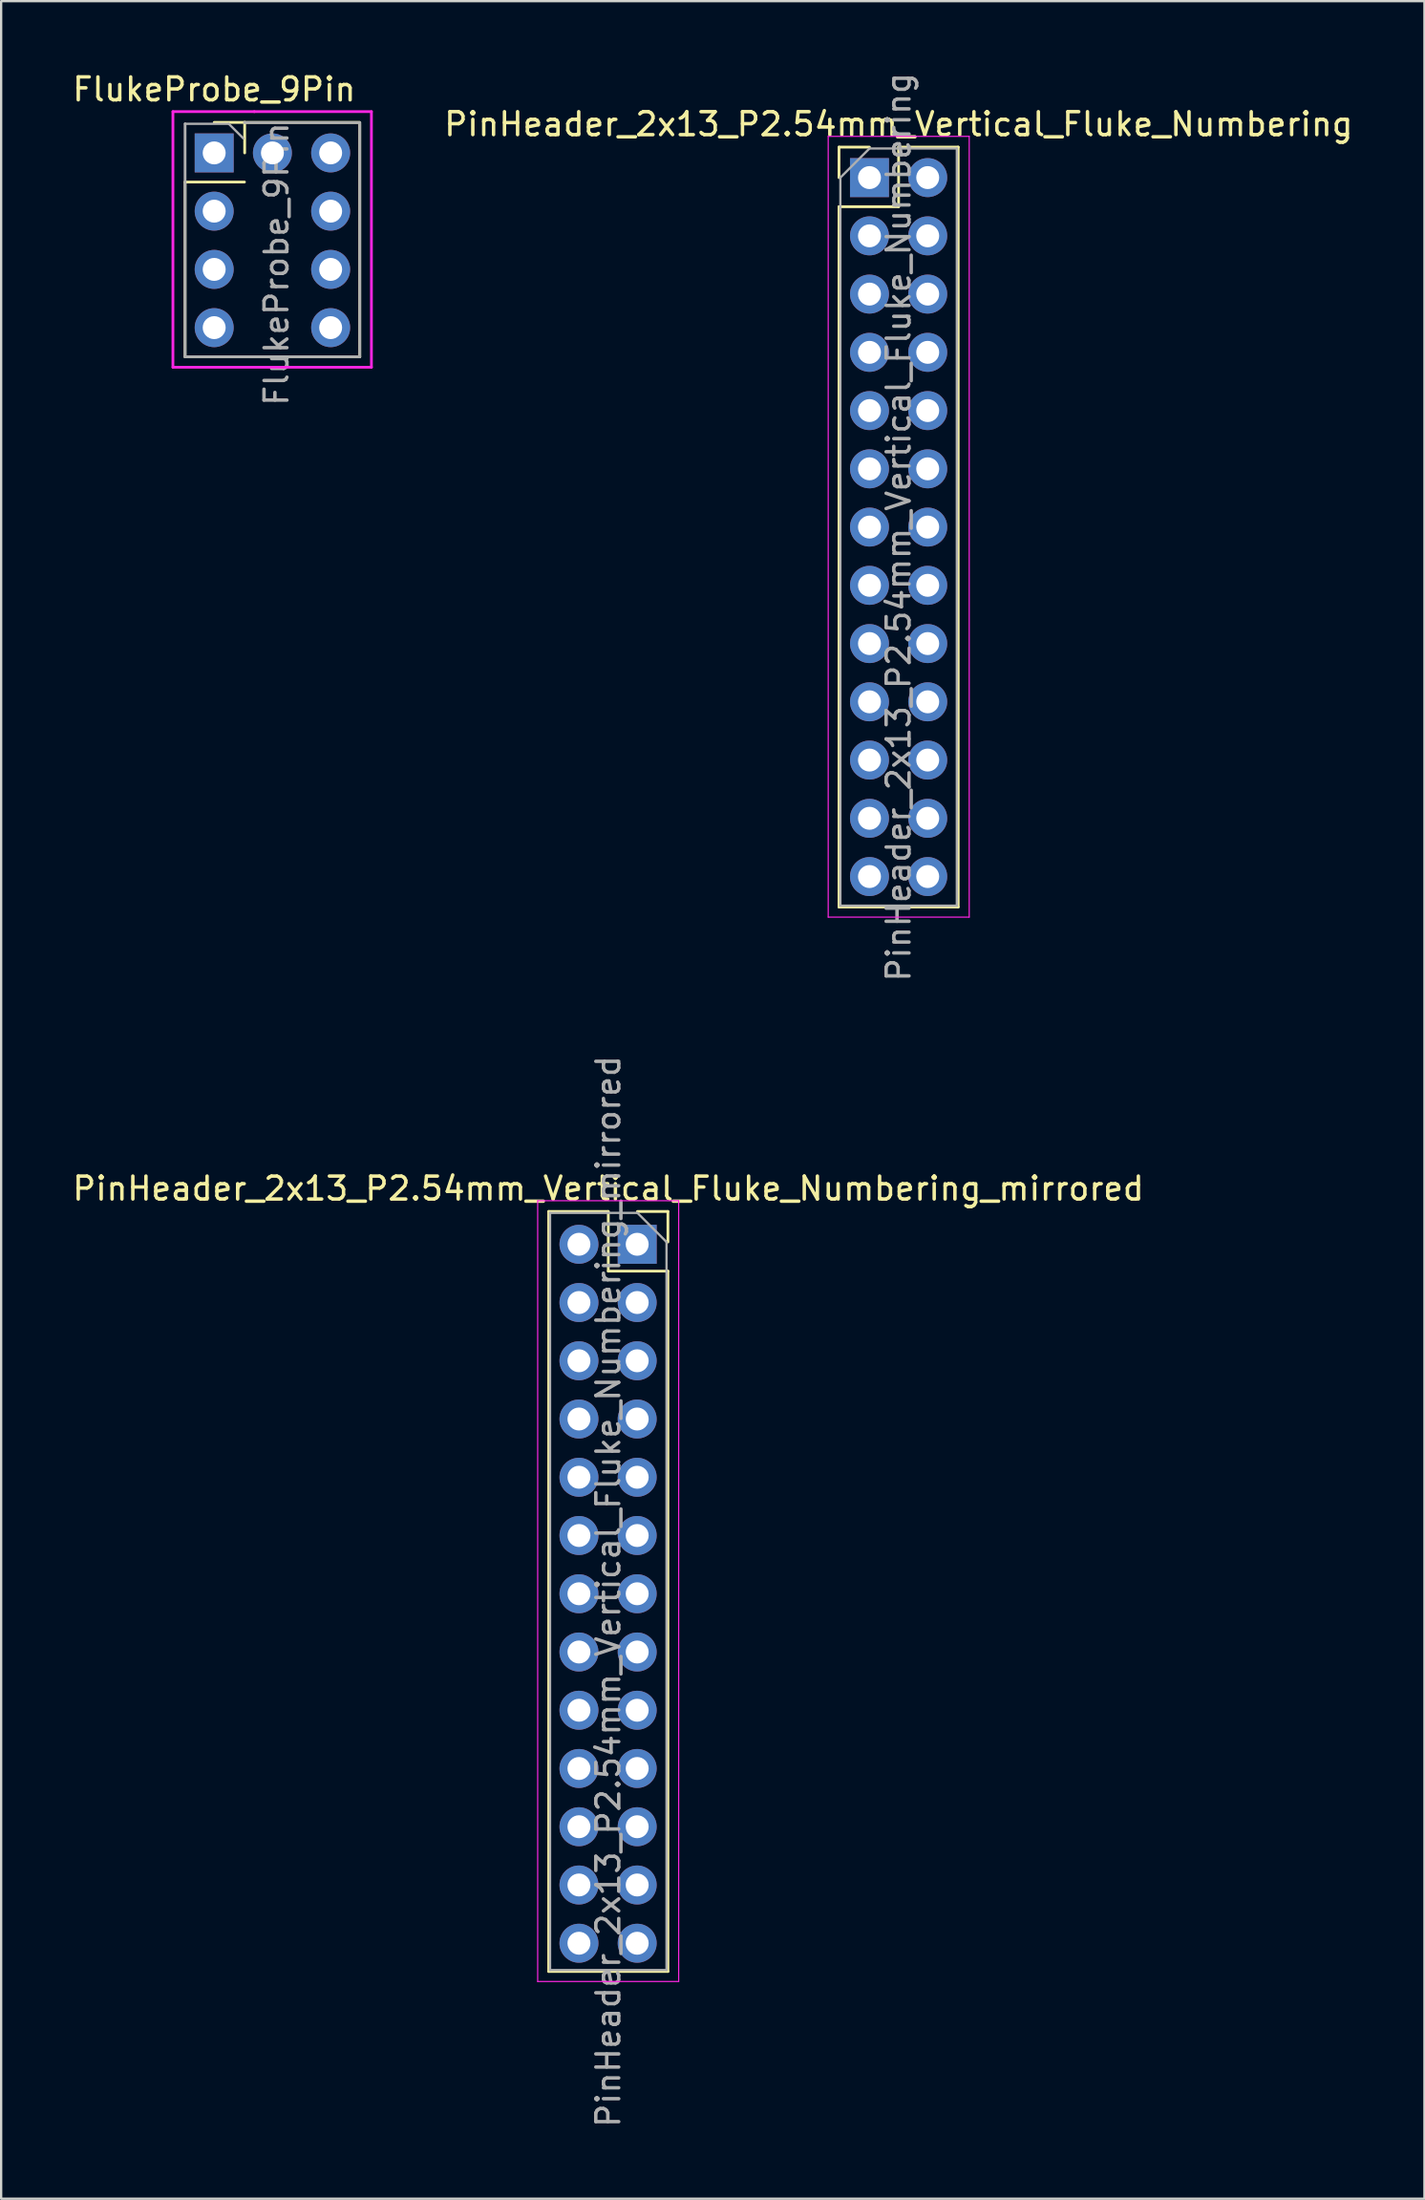
<source format=kicad_pcb>
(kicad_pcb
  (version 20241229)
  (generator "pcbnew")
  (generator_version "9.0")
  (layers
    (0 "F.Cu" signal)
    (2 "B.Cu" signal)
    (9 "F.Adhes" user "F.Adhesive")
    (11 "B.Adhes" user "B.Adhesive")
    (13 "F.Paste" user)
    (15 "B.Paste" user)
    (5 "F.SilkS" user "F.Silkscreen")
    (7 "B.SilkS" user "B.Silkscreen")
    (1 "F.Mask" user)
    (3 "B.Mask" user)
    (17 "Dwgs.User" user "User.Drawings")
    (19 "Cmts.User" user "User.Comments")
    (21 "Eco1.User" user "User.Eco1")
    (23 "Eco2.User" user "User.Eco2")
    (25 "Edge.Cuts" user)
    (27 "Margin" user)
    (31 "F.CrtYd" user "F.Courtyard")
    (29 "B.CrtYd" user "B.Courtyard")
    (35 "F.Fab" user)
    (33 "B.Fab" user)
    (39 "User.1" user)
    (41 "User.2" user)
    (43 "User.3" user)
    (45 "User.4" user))
  (footprint "PinHeader_2x13_P2.54mm_Vertical_Fluke_Numbering"
    (layer "F.Cu")
    (at 34.874 4.695)
    (property "Reference" "PinHeader_2x13_P2.54mm_Vertical_Fluke_Numbering" (at 1.27 -2.33 0) (layer "F.SilkS") (effects (font (size 1 1) (thickness 0.15))))
    (attr through_hole)
    (fp_line (start -1.33 -1.33) (end 0 -1.33) (stroke (width 0.12) (type solid)) (layer "F.SilkS"))
    (fp_line (start -1.33 0) (end -1.33 -1.33) (stroke (width 0.12) (type solid)) (layer "F.SilkS"))
    (fp_line (start -1.33 1.27) (end -1.33 31.81) (stroke (width 0.12) (type solid)) (layer "F.SilkS"))
    (fp_line (start -1.33 1.27) (end 1.27 1.27) (stroke (width 0.12) (type solid)) (layer "F.SilkS"))
    (fp_line (start -1.33 31.81) (end 3.87 31.81) (stroke (width 0.12) (type solid)) (layer "F.SilkS"))
    (fp_line (start 1.27 -1.33) (end 3.87 -1.33) (stroke (width 0.12) (type solid)) (layer "F.SilkS"))
    (fp_line (start 1.27 1.27) (end 1.27 -1.33) (stroke (width 0.12) (type solid)) (layer "F.SilkS"))
    (fp_line (start 3.87 -1.33) (end 3.87 31.81) (stroke (width 0.12) (type solid)) (layer "F.SilkS"))
    (fp_line (start -1.8 -1.8) (end -1.8 32.25) (stroke (width 0.05) (type solid)) (layer "F.CrtYd"))
    (fp_line (start -1.8 32.25) (end 4.35 32.25) (stroke (width 0.05) (type solid)) (layer "F.CrtYd"))
    (fp_line (start 4.35 -1.8) (end -1.8 -1.8) (stroke (width 0.05) (type solid)) (layer "F.CrtYd"))
    (fp_line (start 4.35 32.25) (end 4.35 -1.8) (stroke (width 0.05) (type solid)) (layer "F.CrtYd"))
    (fp_line (start -1.27 0) (end 0 -1.27) (stroke (width 0.1) (type solid)) (layer "F.Fab"))
    (fp_line (start -1.27 31.75) (end -1.27 0) (stroke (width 0.1) (type solid)) (layer "F.Fab"))
    (fp_line (start 0 -1.27) (end 3.81 -1.27) (stroke (width 0.1) (type solid)) (layer "F.Fab"))
    (fp_line (start 3.81 -1.27) (end 3.81 31.75) (stroke (width 0.1) (type solid)) (layer "F.Fab"))
    (fp_line (start 3.81 31.75) (end -1.27 31.75) (stroke (width 0.1) (type solid)) (layer "F.Fab"))
    (fp_text user "${REFERENCE}" (at 1.27 15.24 90) (layer "F.Fab") (effects (font (size 1 1) (thickness 0.15))))
    (pad "1" thru_hole oval (at 2.54 0) (size 1.7 1.7) (drill 1) (layers "*.Cu" "*.Mask"))
    (pad "2" thru_hole oval (at 2.54 2.54) (size 1.7 1.7) (drill 1) (layers "*.Cu" "*.Mask"))
    (pad "3" thru_hole oval (at 2.54 5.08) (size 1.7 1.7) (drill 1) (layers "*.Cu" "*.Mask"))
    (pad "4" thru_hole oval (at 2.54 7.62) (size 1.7 1.7) (drill 1) (layers "*.Cu" "*.Mask"))
    (pad "5" thru_hole oval (at 2.54 10.16) (size 1.7 1.7) (drill 1) (layers "*.Cu" "*.Mask"))
    (pad "6" thru_hole oval (at 2.54 12.7) (size 1.7 1.7) (drill 1) (layers "*.Cu" "*.Mask"))
    (pad "7" thru_hole oval (at 2.54 15.24) (size 1.7 1.7) (drill 1) (layers "*.Cu" "*.Mask"))
    (pad "8" thru_hole oval (at 2.54 17.78) (size 1.7 1.7) (drill 1) (layers "*.Cu" "*.Mask"))
    (pad "9" thru_hole oval (at 2.54 20.32) (size 1.7 1.7) (drill 1) (layers "*.Cu" "*.Mask"))
    (pad "10" thru_hole oval (at 2.54 22.86) (size 1.7 1.7) (drill 1) (layers "*.Cu" "*.Mask"))
    (pad "11" thru_hole oval (at 2.54 25.4) (size 1.7 1.7) (drill 1) (layers "*.Cu" "*.Mask"))
    (pad "12" thru_hole oval (at 2.54 27.94) (size 1.7 1.7) (drill 1) (layers "*.Cu" "*.Mask"))
    (pad "13" thru_hole oval (at 2.54 30.48) (size 1.7 1.7) (drill 1) (layers "*.Cu" "*.Mask"))
    (pad "14" thru_hole rect (at 0 0) (size 1.7 1.7) (drill 1) (layers "*.Cu" "*.Mask"))
    (pad "15" thru_hole oval (at 0 2.54) (size 1.7 1.7) (drill 1) (layers "*.Cu" "*.Mask"))
    (pad "16" thru_hole oval (at 0 5.08) (size 1.7 1.7) (drill 1) (layers "*.Cu" "*.Mask"))
    (pad "17" thru_hole oval (at 0 7.62) (size 1.7 1.7) (drill 1) (layers "*.Cu" "*.Mask"))
    (pad "18" thru_hole oval (at 0 10.16) (size 1.7 1.7) (drill 1) (layers "*.Cu" "*.Mask"))
    (pad "19" thru_hole oval (at 0 12.7) (size 1.7 1.7) (drill 1) (layers "*.Cu" "*.Mask"))
    (pad "20" thru_hole oval (at 0 15.24) (size 1.7 1.7) (drill 1) (layers "*.Cu" "*.Mask"))
    (pad "21" thru_hole oval (at 0 17.78) (size 1.7 1.7) (drill 1) (layers "*.Cu" "*.Mask"))
    (pad "22" thru_hole oval (at 0 20.32) (size 1.7 1.7) (drill 1) (layers "*.Cu" "*.Mask"))
    (pad "23" thru_hole oval (at 0 22.86) (size 1.7 1.7) (drill 1) (layers "*.Cu" "*.Mask"))
    (pad "24" thru_hole oval (at 0 25.4) (size 1.7 1.7) (drill 1) (layers "*.Cu" "*.Mask"))
    (pad "25" thru_hole oval (at 0 27.94) (size 1.7 1.7) (drill 1) (layers "*.Cu" "*.Mask"))
    (pad "26" thru_hole oval (at 0 30.48) (size 1.7 1.7) (drill 1) (layers "*.Cu" "*.Mask")))
  (footprint "FlukeProbe_9Pin"
    (layer "F.Cu")
    (at 6.292 3.618)
    (property "Reference" "FlukeProbe_9Pin" (at 0 -2.77 0) (layer "F.SilkS") (effects (font (size 1 1) (thickness 0.15))))
    (attr through_hole)
    (fp_line (start -1.27 1.27) (end 1.321 1.27) (stroke (width 0.12) (type solid)) (layer "F.SilkS"))
    (fp_line (start -1.27 8.89) (end -1.27 1.27) (stroke (width 0.12) (type solid)) (layer "F.SilkS"))
    (fp_line (start -1.27 8.89) (end 6.35 8.89) (stroke (width 0.12) (type solid)) (layer "F.SilkS"))
    (fp_line (start 0 -1.33) (end 1.33 -1.33) (stroke (width 0.12) (type solid)) (layer "F.SilkS"))
    (fp_line (start 1.33 -1.33) (end 1.33 0) (stroke (width 0.12) (type solid)) (layer "F.SilkS"))
    (fp_line (start 1.33 -1.33) (end 6.35 -1.33) (stroke (width 0.12) (type solid)) (layer "F.SilkS"))
    (fp_line (start 6.35 -1.27) (end 6.35 8.89) (stroke (width 0.12) (type solid)) (layer "F.SilkS"))
    (fp_line (start -1.8 -1.8) (end -1.8 9.347) (stroke (width 0.12) (type solid)) (layer "F.CrtYd"))
    (fp_line (start -1.8 -1.8) (end 1.75 -1.8) (stroke (width 0.05) (type solid)) (layer "F.CrtYd"))
    (fp_line (start -1.8 9.347) (end 6.858 9.347) (stroke (width 0.12) (type solid)) (layer "F.CrtYd"))
    (fp_line (start 1.75 -1.8) (end -1.8 -1.8) (stroke (width 0.12) (type solid)) (layer "F.CrtYd"))
    (fp_line (start 1.75 -1.8) (end 6.858 -1.8) (stroke (width 0.12) (type solid)) (layer "F.CrtYd"))
    (fp_line (start 6.858 9.347) (end 6.858 -1.8) (stroke (width 0.12) (type solid)) (layer "F.CrtYd"))
    (fp_line (start -1.27 -1.27) (end -1.27 8.89) (stroke (width 0.12) (type solid)) (layer "F.Fab"))
    (fp_line (start -1.27 -1.27) (end 0.635 -1.27) (stroke (width 0.1) (type solid)) (layer "F.Fab"))
    (fp_line (start -1.27 8.89) (end 6.35 8.89) (stroke (width 0.12) (type solid)) (layer "F.Fab"))
    (fp_line (start 0.635 -1.27) (end 1.27 -0.635) (stroke (width 0.1) (type solid)) (layer "F.Fab"))
    (fp_line (start 6.35 -1.321) (end 1.321 -1.321) (stroke (width 0.12) (type solid)) (layer "F.Fab"))
    (fp_line (start 6.35 8.89) (end 6.35 -1.321) (stroke (width 0.12) (type solid)) (layer "F.Fab"))
    (fp_text user "${REFERENCE}" (at 2.718 4.851 90) (layer "F.Fab") (effects (font (size 1 1) (thickness 0.15))))
    (pad "1" thru_hole rect (at 0 0) (size 1.7 1.7) (drill 1) (layers "*.Cu" "*.Mask"))
    (pad "2" thru_hole oval (at 0 2.54) (size 1.7 1.7) (drill 1) (layers "*.Cu" "*.Mask"))
    (pad "3" thru_hole oval (at 0 5.08) (size 1.7 1.7) (drill 1) (layers "*.Cu" "*.Mask"))
    (pad "4" thru_hole oval (at 0 7.62) (size 1.7 1.7) (drill 1) (layers "*.Cu" "*.Mask"))
    (pad "5" thru_hole oval (at 2.54 0) (size 1.7 1.7) (drill 1) (layers "*.Cu" "*.Mask"))
    (pad "6" thru_hole oval (at 5.08 0) (size 1.7 1.7) (drill 1) (layers "*.Cu" "*.Mask"))
    (pad "7" thru_hole oval (at 5.08 2.54) (size 1.7 1.7) (drill 1) (layers "*.Cu" "*.Mask"))
    (pad "8" thru_hole oval (at 5.08 7.62) (size 1.7 1.7) (drill 1) (layers "*.Cu" "*.Mask"))
    (pad "9" thru_hole oval (at 5.08 5.08) (size 1.7 1.7) (drill 1) (layers "*.Cu" "*.Mask")))
  (footprint "PinHeader_2x13_P2.54mm_Vertical_Fluke_Numbering_mirrored"
    (layer "F.Cu")
    (at 22.202 51.211)
    (property "Reference" "PinHeader_2x13_P2.54mm_Vertical_Fluke_Numbering_mirrored" (at 1.28 -2.43 0) (layer "F.SilkS") (effects (font (size 1 1) (thickness 0.15))))
    (attr through_hole)
    (fp_line (start -1.32 -1.43) (end -1.32 31.71) (stroke (width 0.12) (type solid)) (layer "F.SilkS"))
    (fp_line (start 1.28 -1.43) (end -1.32 -1.43) (stroke (width 0.12) (type solid)) (layer "F.SilkS"))
    (fp_line (start 1.28 1.17) (end 1.28 -1.43) (stroke (width 0.12) (type solid)) (layer "F.SilkS"))
    (fp_line (start 3.88 -1.43) (end 2.55 -1.43) (stroke (width 0.12) (type solid)) (layer "F.SilkS"))
    (fp_line (start 3.88 -0.1) (end 3.88 -1.43) (stroke (width 0.12) (type solid)) (layer "F.SilkS"))
    (fp_line (start 3.88 1.17) (end 1.28 1.17) (stroke (width 0.12) (type solid)) (layer "F.SilkS"))
    (fp_line (start 3.88 1.17) (end 3.88 31.71) (stroke (width 0.12) (type solid)) (layer "F.SilkS"))
    (fp_line (start 3.88 31.71) (end -1.32 31.71) (stroke (width 0.12) (type solid)) (layer "F.SilkS"))
    (fp_line (start -1.8 -1.9) (end 4.35 -1.9) (stroke (width 0.05) (type solid)) (layer "F.CrtYd"))
    (fp_line (start -1.8 32.15) (end -1.8 -1.9) (stroke (width 0.05) (type solid)) (layer "F.CrtYd"))
    (fp_line (start 4.35 -1.9) (end 4.35 32.15) (stroke (width 0.05) (type solid)) (layer "F.CrtYd"))
    (fp_line (start 4.35 32.15) (end -1.8 32.15) (stroke (width 0.05) (type solid)) (layer "F.CrtYd"))
    (fp_line (start -1.26 -1.37) (end -1.26 31.65) (stroke (width 0.1) (type solid)) (layer "F.Fab"))
    (fp_line (start -1.26 31.65) (end 3.82 31.65) (stroke (width 0.1) (type solid)) (layer "F.Fab"))
    (fp_line (start 2.55 -1.37) (end -1.26 -1.37) (stroke (width 0.1) (type solid)) (layer "F.Fab"))
    (fp_line (start 3.82 -0.1) (end 2.55 -1.37) (stroke (width 0.1) (type solid)) (layer "F.Fab"))
    (fp_line (start 3.82 31.65) (end 3.82 -0.1) (stroke (width 0.1) (type solid)) (layer "F.Fab"))
    (fp_text user "${REFERENCE}" (at 1.28 15.14 90) (layer "F.Fab") (effects (font (size 1 1) (thickness 0.15))))
    (pad "1" thru_hole rect (at 2.54 0) (size 1.7 1.7) (drill 1) (layers "*.Cu" "*.Mask"))
    (pad "2" thru_hole oval (at 2.54 2.54) (size 1.7 1.7) (drill 1) (layers "*.Cu" "*.Mask"))
    (pad "3" thru_hole oval (at 2.54 5.08) (size 1.7 1.7) (drill 1) (layers "*.Cu" "*.Mask"))
    (pad "4" thru_hole oval (at 2.54 7.62) (size 1.7 1.7) (drill 1) (layers "*.Cu" "*.Mask"))
    (pad "5" thru_hole oval (at 2.54 10.16) (size 1.7 1.7) (drill 1) (layers "*.Cu" "*.Mask"))
    (pad "6" thru_hole oval (at 2.54 12.7) (size 1.7 1.7) (drill 1) (layers "*.Cu" "*.Mask"))
    (pad "7" thru_hole oval (at 2.54 15.24) (size 1.7 1.7) (drill 1) (layers "*.Cu" "*.Mask"))
    (pad "8" thru_hole oval (at 2.54 17.78) (size 1.7 1.7) (drill 1) (layers "*.Cu" "*.Mask"))
    (pad "9" thru_hole oval (at 2.54 20.32) (size 1.7 1.7) (drill 1) (layers "*.Cu" "*.Mask"))
    (pad "10" thru_hole oval (at 2.54 22.86) (size 1.7 1.7) (drill 1) (layers "*.Cu" "*.Mask"))
    (pad "11" thru_hole oval (at 2.54 25.4) (size 1.7 1.7) (drill 1) (layers "*.Cu" "*.Mask"))
    (pad "12" thru_hole oval (at 2.54 27.94) (size 1.7 1.7) (drill 1) (layers "*.Cu" "*.Mask"))
    (pad "13" thru_hole oval (at 2.54 30.48) (size 1.7 1.7) (drill 1) (layers "*.Cu" "*.Mask"))
    (pad "14" thru_hole oval (at 0 0) (size 1.7 1.7) (drill 1) (layers "*.Cu" "*.Mask"))
    (pad "15" thru_hole oval (at 0 2.54) (size 1.7 1.7) (drill 1) (layers "*.Cu" "*.Mask"))
    (pad "16" thru_hole oval (at 0 5.08) (size 1.7 1.7) (drill 1) (layers "*.Cu" "*.Mask"))
    (pad "17" thru_hole oval (at 0 7.62) (size 1.7 1.7) (drill 1) (layers "*.Cu" "*.Mask"))
    (pad "18" thru_hole oval (at 0 10.16) (size 1.7 1.7) (drill 1) (layers "*.Cu" "*.Mask"))
    (pad "19" thru_hole oval (at 0 12.7) (size 1.7 1.7) (drill 1) (layers "*.Cu" "*.Mask"))
    (pad "20" thru_hole oval (at 0 15.24) (size 1.7 1.7) (drill 1) (layers "*.Cu" "*.Mask"))
    (pad "21" thru_hole oval (at 0 17.78) (size 1.7 1.7) (drill 1) (layers "*.Cu" "*.Mask"))
    (pad "22" thru_hole oval (at 0 20.32) (size 1.7 1.7) (drill 1) (layers "*.Cu" "*.Mask"))
    (pad "23" thru_hole oval (at 0 22.86) (size 1.7 1.7) (drill 1) (layers "*.Cu" "*.Mask"))
    (pad "24" thru_hole oval (at 0 25.4) (size 1.7 1.7) (drill 1) (layers "*.Cu" "*.Mask"))
    (pad "25" thru_hole oval (at 0 27.94) (size 1.7 1.7) (drill 1) (layers "*.Cu" "*.Mask"))
    (pad "26" thru_hole oval (at 0 30.48) (size 1.7 1.7) (drill 1) (layers "*.Cu" "*.Mask")))
  (gr_rect
    (start -3 -3)
    (end 59.079 92.833)
    (stroke (width 0.1) (type default))
    (fill no)
    (layer "Edge.Cuts")))
</source>
